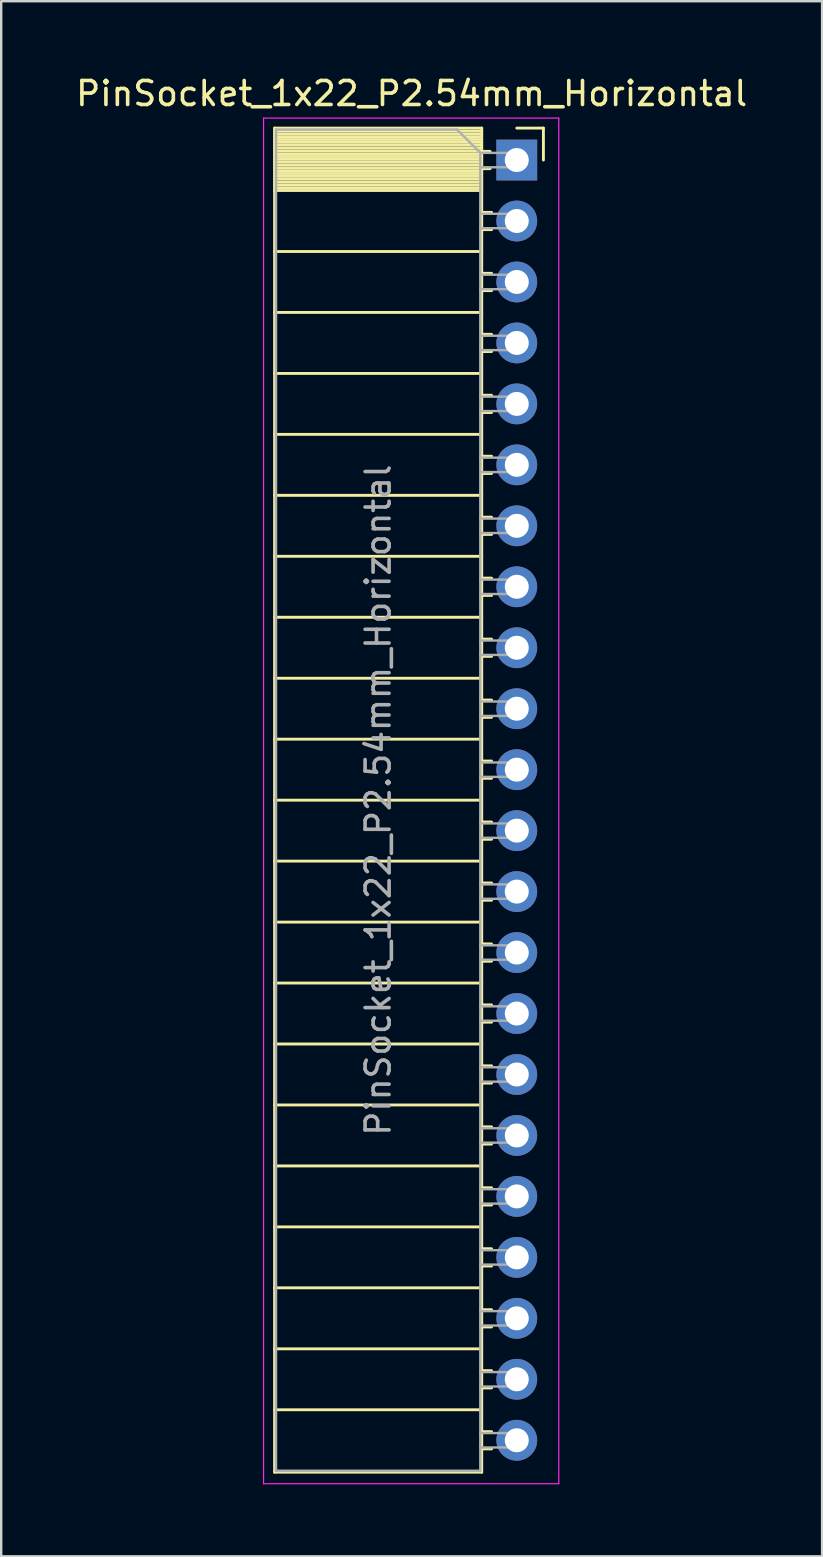
<source format=kicad_pcb>
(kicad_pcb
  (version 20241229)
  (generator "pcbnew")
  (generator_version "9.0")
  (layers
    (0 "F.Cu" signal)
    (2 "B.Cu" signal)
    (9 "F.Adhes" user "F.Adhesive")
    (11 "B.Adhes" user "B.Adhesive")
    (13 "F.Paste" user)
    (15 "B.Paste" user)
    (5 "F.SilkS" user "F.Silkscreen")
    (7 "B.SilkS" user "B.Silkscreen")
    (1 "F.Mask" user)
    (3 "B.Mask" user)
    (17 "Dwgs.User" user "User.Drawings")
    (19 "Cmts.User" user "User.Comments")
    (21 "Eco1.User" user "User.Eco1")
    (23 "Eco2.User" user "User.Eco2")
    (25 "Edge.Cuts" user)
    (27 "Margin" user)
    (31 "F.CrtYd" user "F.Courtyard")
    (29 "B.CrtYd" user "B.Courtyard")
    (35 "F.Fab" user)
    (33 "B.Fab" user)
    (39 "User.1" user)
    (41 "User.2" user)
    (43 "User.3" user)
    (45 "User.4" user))
  (footprint "PinSocket_1x22_P2.54mm_Horizontal"
    (layer "F.Cu")
    (at 18.481 3.618)
    (property "Reference" "PinSocket_1x22_P2.54mm_Horizontal" (at -4.38 -2.77 0) (layer "F.SilkS") (effects (font (size 1 1) (thickness 0.15))))
    (attr through_hole)
    (fp_line (start -10.09 -1.33) (end -10.09 54.67) (stroke (width 0.12) (type solid)) (layer "F.SilkS"))
    (fp_line (start -10.09 -1.33) (end -1.46 -1.33) (stroke (width 0.12) (type solid)) (layer "F.SilkS"))
    (fp_line (start -10.09 -1.21) (end -1.46 -1.21) (stroke (width 0.12) (type solid)) (layer "F.SilkS"))
    (fp_line (start -10.09 -1.092) (end -1.46 -1.092) (stroke (width 0.12) (type solid)) (layer "F.SilkS"))
    (fp_line (start -10.09 -0.974) (end -1.46 -0.974) (stroke (width 0.12) (type solid)) (layer "F.SilkS"))
    (fp_line (start -10.09 -0.856) (end -1.46 -0.856) (stroke (width 0.12) (type solid)) (layer "F.SilkS"))
    (fp_line (start -10.09 -0.738) (end -1.46 -0.738) (stroke (width 0.12) (type solid)) (layer "F.SilkS"))
    (fp_line (start -10.09 -0.62) (end -1.46 -0.62) (stroke (width 0.12) (type solid)) (layer "F.SilkS"))
    (fp_line (start -10.09 -0.501) (end -1.46 -0.501) (stroke (width 0.12) (type solid)) (layer "F.SilkS"))
    (fp_line (start -10.09 -0.383) (end -1.46 -0.383) (stroke (width 0.12) (type solid)) (layer "F.SilkS"))
    (fp_line (start -10.09 -0.265) (end -1.46 -0.265) (stroke (width 0.12) (type solid)) (layer "F.SilkS"))
    (fp_line (start -10.09 -0.147) (end -1.46 -0.147) (stroke (width 0.12) (type solid)) (layer "F.SilkS"))
    (fp_line (start -10.09 -0.029) (end -1.46 -0.029) (stroke (width 0.12) (type solid)) (layer "F.SilkS"))
    (fp_line (start -10.09 0.089) (end -1.46 0.089) (stroke (width 0.12) (type solid)) (layer "F.SilkS"))
    (fp_line (start -10.09 0.207) (end -1.46 0.207) (stroke (width 0.12) (type solid)) (layer "F.SilkS"))
    (fp_line (start -10.09 0.325) (end -1.46 0.325) (stroke (width 0.12) (type solid)) (layer "F.SilkS"))
    (fp_line (start -10.09 0.443) (end -1.46 0.443) (stroke (width 0.12) (type solid)) (layer "F.SilkS"))
    (fp_line (start -10.09 0.561) (end -1.46 0.561) (stroke (width 0.12) (type solid)) (layer "F.SilkS"))
    (fp_line (start -10.09 0.68) (end -1.46 0.68) (stroke (width 0.12) (type solid)) (layer "F.SilkS"))
    (fp_line (start -10.09 0.798) (end -1.46 0.798) (stroke (width 0.12) (type solid)) (layer "F.SilkS"))
    (fp_line (start -10.09 0.916) (end -1.46 0.916) (stroke (width 0.12) (type solid)) (layer "F.SilkS"))
    (fp_line (start -10.09 1.034) (end -1.46 1.034) (stroke (width 0.12) (type solid)) (layer "F.SilkS"))
    (fp_line (start -10.09 1.152) (end -1.46 1.152) (stroke (width 0.12) (type solid)) (layer "F.SilkS"))
    (fp_line (start -10.09 1.27) (end -1.46 1.27) (stroke (width 0.12) (type solid)) (layer "F.SilkS"))
    (fp_line (start -10.09 3.81) (end -1.46 3.81) (stroke (width 0.12) (type solid)) (layer "F.SilkS"))
    (fp_line (start -10.09 6.35) (end -1.46 6.35) (stroke (width 0.12) (type solid)) (layer "F.SilkS"))
    (fp_line (start -10.09 8.89) (end -1.46 8.89) (stroke (width 0.12) (type solid)) (layer "F.SilkS"))
    (fp_line (start -10.09 11.43) (end -1.46 11.43) (stroke (width 0.12) (type solid)) (layer "F.SilkS"))
    (fp_line (start -10.09 13.97) (end -1.46 13.97) (stroke (width 0.12) (type solid)) (layer "F.SilkS"))
    (fp_line (start -10.09 16.51) (end -1.46 16.51) (stroke (width 0.12) (type solid)) (layer "F.SilkS"))
    (fp_line (start -10.09 19.05) (end -1.46 19.05) (stroke (width 0.12) (type solid)) (layer "F.SilkS"))
    (fp_line (start -10.09 21.59) (end -1.46 21.59) (stroke (width 0.12) (type solid)) (layer "F.SilkS"))
    (fp_line (start -10.09 24.13) (end -1.46 24.13) (stroke (width 0.12) (type solid)) (layer "F.SilkS"))
    (fp_line (start -10.09 26.67) (end -1.46 26.67) (stroke (width 0.12) (type solid)) (layer "F.SilkS"))
    (fp_line (start -10.09 29.21) (end -1.46 29.21) (stroke (width 0.12) (type solid)) (layer "F.SilkS"))
    (fp_line (start -10.09 31.75) (end -1.46 31.75) (stroke (width 0.12) (type solid)) (layer "F.SilkS"))
    (fp_line (start -10.09 34.29) (end -1.46 34.29) (stroke (width 0.12) (type solid)) (layer "F.SilkS"))
    (fp_line (start -10.09 36.83) (end -1.46 36.83) (stroke (width 0.12) (type solid)) (layer "F.SilkS"))
    (fp_line (start -10.09 39.37) (end -1.46 39.37) (stroke (width 0.12) (type solid)) (layer "F.SilkS"))
    (fp_line (start -10.09 41.91) (end -1.46 41.91) (stroke (width 0.12) (type solid)) (layer "F.SilkS"))
    (fp_line (start -10.09 44.45) (end -1.46 44.45) (stroke (width 0.12) (type solid)) (layer "F.SilkS"))
    (fp_line (start -10.09 46.99) (end -1.46 46.99) (stroke (width 0.12) (type solid)) (layer "F.SilkS"))
    (fp_line (start -10.09 49.53) (end -1.46 49.53) (stroke (width 0.12) (type solid)) (layer "F.SilkS"))
    (fp_line (start -10.09 52.07) (end -1.46 52.07) (stroke (width 0.12) (type solid)) (layer "F.SilkS"))
    (fp_line (start -10.09 54.67) (end -1.46 54.67) (stroke (width 0.12) (type solid)) (layer "F.SilkS"))
    (fp_line (start -1.46 -1.33) (end -1.46 54.67) (stroke (width 0.12) (type solid)) (layer "F.SilkS"))
    (fp_line (start -1.46 -0.36) (end -1.11 -0.36) (stroke (width 0.12) (type solid)) (layer "F.SilkS"))
    (fp_line (start -1.46 0.36) (end -1.11 0.36) (stroke (width 0.12) (type solid)) (layer "F.SilkS"))
    (fp_line (start -1.46 2.18) (end -1.05 2.18) (stroke (width 0.12) (type solid)) (layer "F.SilkS"))
    (fp_line (start -1.46 2.9) (end -1.05 2.9) (stroke (width 0.12) (type solid)) (layer "F.SilkS"))
    (fp_line (start -1.46 4.72) (end -1.05 4.72) (stroke (width 0.12) (type solid)) (layer "F.SilkS"))
    (fp_line (start -1.46 5.44) (end -1.05 5.44) (stroke (width 0.12) (type solid)) (layer "F.SilkS"))
    (fp_line (start -1.46 7.26) (end -1.05 7.26) (stroke (width 0.12) (type solid)) (layer "F.SilkS"))
    (fp_line (start -1.46 7.98) (end -1.05 7.98) (stroke (width 0.12) (type solid)) (layer "F.SilkS"))
    (fp_line (start -1.46 9.8) (end -1.05 9.8) (stroke (width 0.12) (type solid)) (layer "F.SilkS"))
    (fp_line (start -1.46 10.52) (end -1.05 10.52) (stroke (width 0.12) (type solid)) (layer "F.SilkS"))
    (fp_line (start -1.46 12.34) (end -1.05 12.34) (stroke (width 0.12) (type solid)) (layer "F.SilkS"))
    (fp_line (start -1.46 13.06) (end -1.05 13.06) (stroke (width 0.12) (type solid)) (layer "F.SilkS"))
    (fp_line (start -1.46 14.88) (end -1.05 14.88) (stroke (width 0.12) (type solid)) (layer "F.SilkS"))
    (fp_line (start -1.46 15.6) (end -1.05 15.6) (stroke (width 0.12) (type solid)) (layer "F.SilkS"))
    (fp_line (start -1.46 17.42) (end -1.05 17.42) (stroke (width 0.12) (type solid)) (layer "F.SilkS"))
    (fp_line (start -1.46 18.14) (end -1.05 18.14) (stroke (width 0.12) (type solid)) (layer "F.SilkS"))
    (fp_line (start -1.46 19.96) (end -1.05 19.96) (stroke (width 0.12) (type solid)) (layer "F.SilkS"))
    (fp_line (start -1.46 20.68) (end -1.05 20.68) (stroke (width 0.12) (type solid)) (layer "F.SilkS"))
    (fp_line (start -1.46 22.5) (end -1.05 22.5) (stroke (width 0.12) (type solid)) (layer "F.SilkS"))
    (fp_line (start -1.46 23.22) (end -1.05 23.22) (stroke (width 0.12) (type solid)) (layer "F.SilkS"))
    (fp_line (start -1.46 25.04) (end -1.05 25.04) (stroke (width 0.12) (type solid)) (layer "F.SilkS"))
    (fp_line (start -1.46 25.76) (end -1.05 25.76) (stroke (width 0.12) (type solid)) (layer "F.SilkS"))
    (fp_line (start -1.46 27.58) (end -1.05 27.58) (stroke (width 0.12) (type solid)) (layer "F.SilkS"))
    (fp_line (start -1.46 28.3) (end -1.05 28.3) (stroke (width 0.12) (type solid)) (layer "F.SilkS"))
    (fp_line (start -1.46 30.12) (end -1.05 30.12) (stroke (width 0.12) (type solid)) (layer "F.SilkS"))
    (fp_line (start -1.46 30.84) (end -1.05 30.84) (stroke (width 0.12) (type solid)) (layer "F.SilkS"))
    (fp_line (start -1.46 32.66) (end -1.05 32.66) (stroke (width 0.12) (type solid)) (layer "F.SilkS"))
    (fp_line (start -1.46 33.38) (end -1.05 33.38) (stroke (width 0.12) (type solid)) (layer "F.SilkS"))
    (fp_line (start -1.46 35.2) (end -1.05 35.2) (stroke (width 0.12) (type solid)) (layer "F.SilkS"))
    (fp_line (start -1.46 35.92) (end -1.05 35.92) (stroke (width 0.12) (type solid)) (layer "F.SilkS"))
    (fp_line (start -1.46 37.74) (end -1.05 37.74) (stroke (width 0.12) (type solid)) (layer "F.SilkS"))
    (fp_line (start -1.46 38.46) (end -1.05 38.46) (stroke (width 0.12) (type solid)) (layer "F.SilkS"))
    (fp_line (start -1.46 40.28) (end -1.05 40.28) (stroke (width 0.12) (type solid)) (layer "F.SilkS"))
    (fp_line (start -1.46 41) (end -1.05 41) (stroke (width 0.12) (type solid)) (layer "F.SilkS"))
    (fp_line (start -1.46 42.82) (end -1.05 42.82) (stroke (width 0.12) (type solid)) (layer "F.SilkS"))
    (fp_line (start -1.46 43.54) (end -1.05 43.54) (stroke (width 0.12) (type solid)) (layer "F.SilkS"))
    (fp_line (start -1.46 45.36) (end -1.05 45.36) (stroke (width 0.12) (type solid)) (layer "F.SilkS"))
    (fp_line (start -1.46 46.08) (end -1.05 46.08) (stroke (width 0.12) (type solid)) (layer "F.SilkS"))
    (fp_line (start -1.46 47.9) (end -1.05 47.9) (stroke (width 0.12) (type solid)) (layer "F.SilkS"))
    (fp_line (start -1.46 48.62) (end -1.05 48.62) (stroke (width 0.12) (type solid)) (layer "F.SilkS"))
    (fp_line (start -1.46 50.44) (end -1.05 50.44) (stroke (width 0.12) (type solid)) (layer "F.SilkS"))
    (fp_line (start -1.46 51.16) (end -1.05 51.16) (stroke (width 0.12) (type solid)) (layer "F.SilkS"))
    (fp_line (start -1.46 52.98) (end -1.05 52.98) (stroke (width 0.12) (type solid)) (layer "F.SilkS"))
    (fp_line (start -1.46 53.7) (end -1.05 53.7) (stroke (width 0.12) (type solid)) (layer "F.SilkS"))
    (fp_line (start 0 -1.33) (end 1.11 -1.33) (stroke (width 0.12) (type solid)) (layer "F.SilkS"))
    (fp_line (start 1.11 -1.33) (end 1.11 0) (stroke (width 0.12) (type solid)) (layer "F.SilkS"))
    (fp_line (start -10.55 -1.75) (end -10.55 55.15) (stroke (width 0.05) (type solid)) (layer "F.CrtYd"))
    (fp_line (start -10.55 55.15) (end 1.75 55.15) (stroke (width 0.05) (type solid)) (layer "F.CrtYd"))
    (fp_line (start 1.75 -1.75) (end -10.55 -1.75) (stroke (width 0.05) (type solid)) (layer "F.CrtYd"))
    (fp_line (start 1.75 55.15) (end 1.75 -1.75) (stroke (width 0.05) (type solid)) (layer "F.CrtYd"))
    (fp_line (start -10.03 -1.27) (end -2.49 -1.27) (stroke (width 0.1) (type solid)) (layer "F.Fab"))
    (fp_line (start -10.03 54.61) (end -10.03 -1.27) (stroke (width 0.1) (type solid)) (layer "F.Fab"))
    (fp_line (start -2.49 -1.27) (end -1.52 -0.3) (stroke (width 0.1) (type solid)) (layer "F.Fab"))
    (fp_line (start -1.52 -0.3) (end -1.52 54.61) (stroke (width 0.1) (type solid)) (layer "F.Fab"))
    (fp_line (start -1.52 0.3) (end 0 0.3) (stroke (width 0.1) (type solid)) (layer "F.Fab"))
    (fp_line (start -1.52 2.84) (end 0 2.84) (stroke (width 0.1) (type solid)) (layer "F.Fab"))
    (fp_line (start -1.52 5.38) (end 0 5.38) (stroke (width 0.1) (type solid)) (layer "F.Fab"))
    (fp_line (start -1.52 7.92) (end 0 7.92) (stroke (width 0.1) (type solid)) (layer "F.Fab"))
    (fp_line (start -1.52 10.46) (end 0 10.46) (stroke (width 0.1) (type solid)) (layer "F.Fab"))
    (fp_line (start -1.52 13) (end 0 13) (stroke (width 0.1) (type solid)) (layer "F.Fab"))
    (fp_line (start -1.52 15.54) (end 0 15.54) (stroke (width 0.1) (type solid)) (layer "F.Fab"))
    (fp_line (start -1.52 18.08) (end 0 18.08) (stroke (width 0.1) (type solid)) (layer "F.Fab"))
    (fp_line (start -1.52 20.62) (end 0 20.62) (stroke (width 0.1) (type solid)) (layer "F.Fab"))
    (fp_line (start -1.52 23.16) (end 0 23.16) (stroke (width 0.1) (type solid)) (layer "F.Fab"))
    (fp_line (start -1.52 25.7) (end 0 25.7) (stroke (width 0.1) (type solid)) (layer "F.Fab"))
    (fp_line (start -1.52 28.24) (end 0 28.24) (stroke (width 0.1) (type solid)) (layer "F.Fab"))
    (fp_line (start -1.52 30.78) (end 0 30.78) (stroke (width 0.1) (type solid)) (layer "F.Fab"))
    (fp_line (start -1.52 33.32) (end 0 33.32) (stroke (width 0.1) (type solid)) (layer "F.Fab"))
    (fp_line (start -1.52 35.86) (end 0 35.86) (stroke (width 0.1) (type solid)) (layer "F.Fab"))
    (fp_line (start -1.52 38.4) (end 0 38.4) (stroke (width 0.1) (type solid)) (layer "F.Fab"))
    (fp_line (start -1.52 40.94) (end 0 40.94) (stroke (width 0.1) (type solid)) (layer "F.Fab"))
    (fp_line (start -1.52 43.48) (end 0 43.48) (stroke (width 0.1) (type solid)) (layer "F.Fab"))
    (fp_line (start -1.52 46.02) (end 0 46.02) (stroke (width 0.1) (type solid)) (layer "F.Fab"))
    (fp_line (start -1.52 48.56) (end 0 48.56) (stroke (width 0.1) (type solid)) (layer "F.Fab"))
    (fp_line (start -1.52 51.1) (end 0 51.1) (stroke (width 0.1) (type solid)) (layer "F.Fab"))
    (fp_line (start -1.52 53.64) (end 0 53.64) (stroke (width 0.1) (type solid)) (layer "F.Fab"))
    (fp_line (start -1.52 54.61) (end -10.03 54.61) (stroke (width 0.1) (type solid)) (layer "F.Fab"))
    (fp_line (start 0 -0.3) (end -1.52 -0.3) (stroke (width 0.1) (type solid)) (layer "F.Fab"))
    (fp_line (start 0 0.3) (end 0 -0.3) (stroke (width 0.1) (type solid)) (layer "F.Fab"))
    (fp_line (start 0 2.24) (end -1.52 2.24) (stroke (width 0.1) (type solid)) (layer "F.Fab"))
    (fp_line (start 0 2.84) (end 0 2.24) (stroke (width 0.1) (type solid)) (layer "F.Fab"))
    (fp_line (start 0 4.78) (end -1.52 4.78) (stroke (width 0.1) (type solid)) (layer "F.Fab"))
    (fp_line (start 0 5.38) (end 0 4.78) (stroke (width 0.1) (type solid)) (layer "F.Fab"))
    (fp_line (start 0 7.32) (end -1.52 7.32) (stroke (width 0.1) (type solid)) (layer "F.Fab"))
    (fp_line (start 0 7.92) (end 0 7.32) (stroke (width 0.1) (type solid)) (layer "F.Fab"))
    (fp_line (start 0 9.86) (end -1.52 9.86) (stroke (width 0.1) (type solid)) (layer "F.Fab"))
    (fp_line (start 0 10.46) (end 0 9.86) (stroke (width 0.1) (type solid)) (layer "F.Fab"))
    (fp_line (start 0 12.4) (end -1.52 12.4) (stroke (width 0.1) (type solid)) (layer "F.Fab"))
    (fp_line (start 0 13) (end 0 12.4) (stroke (width 0.1) (type solid)) (layer "F.Fab"))
    (fp_line (start 0 14.94) (end -1.52 14.94) (stroke (width 0.1) (type solid)) (layer "F.Fab"))
    (fp_line (start 0 15.54) (end 0 14.94) (stroke (width 0.1) (type solid)) (layer "F.Fab"))
    (fp_line (start 0 17.48) (end -1.52 17.48) (stroke (width 0.1) (type solid)) (layer "F.Fab"))
    (fp_line (start 0 18.08) (end 0 17.48) (stroke (width 0.1) (type solid)) (layer "F.Fab"))
    (fp_line (start 0 20.02) (end -1.52 20.02) (stroke (width 0.1) (type solid)) (layer "F.Fab"))
    (fp_line (start 0 20.62) (end 0 20.02) (stroke (width 0.1) (type solid)) (layer "F.Fab"))
    (fp_line (start 0 22.56) (end -1.52 22.56) (stroke (width 0.1) (type solid)) (layer "F.Fab"))
    (fp_line (start 0 23.16) (end 0 22.56) (stroke (width 0.1) (type solid)) (layer "F.Fab"))
    (fp_line (start 0 25.1) (end -1.52 25.1) (stroke (width 0.1) (type solid)) (layer "F.Fab"))
    (fp_line (start 0 25.7) (end 0 25.1) (stroke (width 0.1) (type solid)) (layer "F.Fab"))
    (fp_line (start 0 27.64) (end -1.52 27.64) (stroke (width 0.1) (type solid)) (layer "F.Fab"))
    (fp_line (start 0 28.24) (end 0 27.64) (stroke (width 0.1) (type solid)) (layer "F.Fab"))
    (fp_line (start 0 30.18) (end -1.52 30.18) (stroke (width 0.1) (type solid)) (layer "F.Fab"))
    (fp_line (start 0 30.78) (end 0 30.18) (stroke (width 0.1) (type solid)) (layer "F.Fab"))
    (fp_line (start 0 32.72) (end -1.52 32.72) (stroke (width 0.1) (type solid)) (layer "F.Fab"))
    (fp_line (start 0 33.32) (end 0 32.72) (stroke (width 0.1) (type solid)) (layer "F.Fab"))
    (fp_line (start 0 35.26) (end -1.52 35.26) (stroke (width 0.1) (type solid)) (layer "F.Fab"))
    (fp_line (start 0 35.86) (end 0 35.26) (stroke (width 0.1) (type solid)) (layer "F.Fab"))
    (fp_line (start 0 37.8) (end -1.52 37.8) (stroke (width 0.1) (type solid)) (layer "F.Fab"))
    (fp_line (start 0 38.4) (end 0 37.8) (stroke (width 0.1) (type solid)) (layer "F.Fab"))
    (fp_line (start 0 40.34) (end -1.52 40.34) (stroke (width 0.1) (type solid)) (layer "F.Fab"))
    (fp_line (start 0 40.94) (end 0 40.34) (stroke (width 0.1) (type solid)) (layer "F.Fab"))
    (fp_line (start 0 42.88) (end -1.52 42.88) (stroke (width 0.1) (type solid)) (layer "F.Fab"))
    (fp_line (start 0 43.48) (end 0 42.88) (stroke (width 0.1) (type solid)) (layer "F.Fab"))
    (fp_line (start 0 45.42) (end -1.52 45.42) (stroke (width 0.1) (type solid)) (layer "F.Fab"))
    (fp_line (start 0 46.02) (end 0 45.42) (stroke (width 0.1) (type solid)) (layer "F.Fab"))
    (fp_line (start 0 47.96) (end -1.52 47.96) (stroke (width 0.1) (type solid)) (layer "F.Fab"))
    (fp_line (start 0 48.56) (end 0 47.96) (stroke (width 0.1) (type solid)) (layer "F.Fab"))
    (fp_line (start 0 50.5) (end -1.52 50.5) (stroke (width 0.1) (type solid)) (layer "F.Fab"))
    (fp_line (start 0 51.1) (end 0 50.5) (stroke (width 0.1) (type solid)) (layer "F.Fab"))
    (fp_line (start 0 53.04) (end -1.52 53.04) (stroke (width 0.1) (type solid)) (layer "F.Fab"))
    (fp_line (start 0 53.64) (end 0 53.04) (stroke (width 0.1) (type solid)) (layer "F.Fab"))
    (fp_text user "${REFERENCE}" (at -5.775 26.67 90) (layer "F.Fab") (effects (font (size 1 1) (thickness 0.15))))
    (pad "1" thru_hole rect (at 0 0) (size 1.7 1.7) (drill 1) (layers "*.Cu" "*.Mask"))
    (pad "2" thru_hole circle (at 0 2.54) (size 1.7 1.7) (drill 1) (layers "*.Cu" "*.Mask"))
    (pad "3" thru_hole circle (at 0 5.08) (size 1.7 1.7) (drill 1) (layers "*.Cu" "*.Mask"))
    (pad "4" thru_hole circle (at 0 7.62) (size 1.7 1.7) (drill 1) (layers "*.Cu" "*.Mask"))
    (pad "5" thru_hole circle (at 0 10.16) (size 1.7 1.7) (drill 1) (layers "*.Cu" "*.Mask"))
    (pad "6" thru_hole circle (at 0 12.7) (size 1.7 1.7) (drill 1) (layers "*.Cu" "*.Mask"))
    (pad "7" thru_hole circle (at 0 15.24) (size 1.7 1.7) (drill 1) (layers "*.Cu" "*.Mask"))
    (pad "8" thru_hole circle (at 0 17.78) (size 1.7 1.7) (drill 1) (layers "*.Cu" "*.Mask"))
    (pad "9" thru_hole circle (at 0 20.32) (size 1.7 1.7) (drill 1) (layers "*.Cu" "*.Mask"))
    (pad "10" thru_hole circle (at 0 22.86) (size 1.7 1.7) (drill 1) (layers "*.Cu" "*.Mask"))
    (pad "11" thru_hole circle (at 0 25.4) (size 1.7 1.7) (drill 1) (layers "*.Cu" "*.Mask"))
    (pad "12" thru_hole circle (at 0 27.94) (size 1.7 1.7) (drill 1) (layers "*.Cu" "*.Mask"))
    (pad "13" thru_hole circle (at 0 30.48) (size 1.7 1.7) (drill 1) (layers "*.Cu" "*.Mask"))
    (pad "14" thru_hole circle (at 0 33.02) (size 1.7 1.7) (drill 1) (layers "*.Cu" "*.Mask"))
    (pad "15" thru_hole circle (at 0 35.56) (size 1.7 1.7) (drill 1) (layers "*.Cu" "*.Mask"))
    (pad "16" thru_hole circle (at 0 38.1) (size 1.7 1.7) (drill 1) (layers "*.Cu" "*.Mask"))
    (pad "17" thru_hole circle (at 0 40.64) (size 1.7 1.7) (drill 1) (layers "*.Cu" "*.Mask"))
    (pad "18" thru_hole circle (at 0 43.18) (size 1.7 1.7) (drill 1) (layers "*.Cu" "*.Mask"))
    (pad "19" thru_hole circle (at 0 45.72) (size 1.7 1.7) (drill 1) (layers "*.Cu" "*.Mask"))
    (pad "20" thru_hole circle (at 0 48.26) (size 1.7 1.7) (drill 1) (layers "*.Cu" "*.Mask"))
    (pad "21" thru_hole circle (at 0 50.8) (size 1.7 1.7) (drill 1) (layers "*.Cu" "*.Mask"))
    (pad "22" thru_hole circle (at 0 53.34) (size 1.7 1.7) (drill 1) (layers "*.Cu" "*.Mask")))
  (gr_rect
    (start -3 -3)
    (end 31.202 61.793)
    (stroke (width 0.1) (type default))
    (fill no)
    (layer "Edge.Cuts")))
</source>
